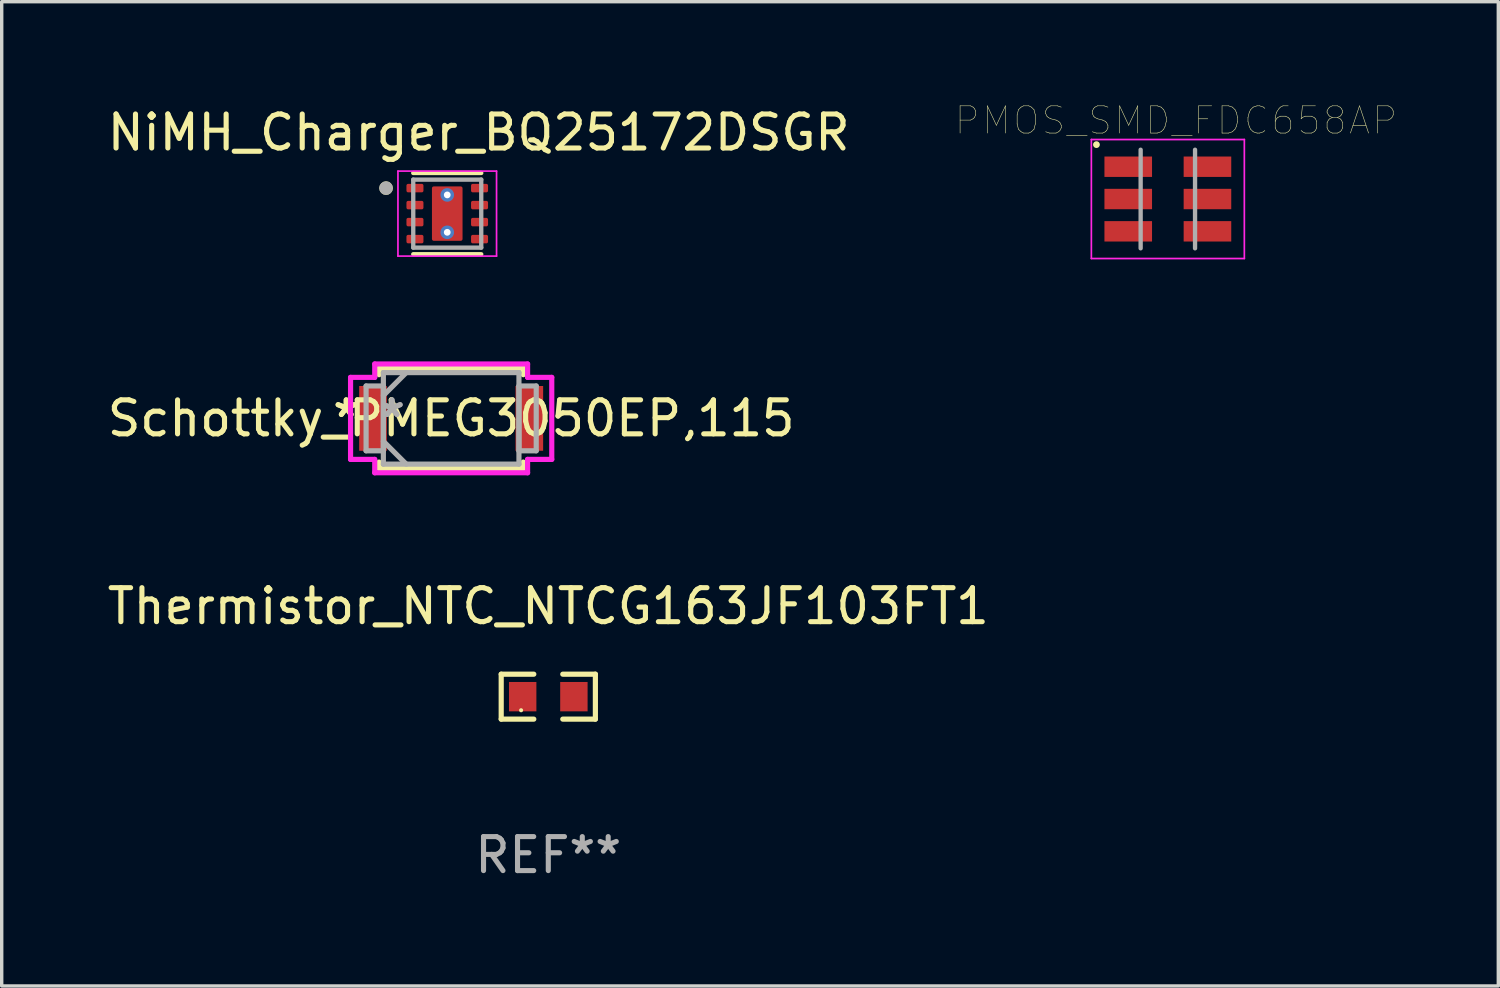
<source format=kicad_pcb>
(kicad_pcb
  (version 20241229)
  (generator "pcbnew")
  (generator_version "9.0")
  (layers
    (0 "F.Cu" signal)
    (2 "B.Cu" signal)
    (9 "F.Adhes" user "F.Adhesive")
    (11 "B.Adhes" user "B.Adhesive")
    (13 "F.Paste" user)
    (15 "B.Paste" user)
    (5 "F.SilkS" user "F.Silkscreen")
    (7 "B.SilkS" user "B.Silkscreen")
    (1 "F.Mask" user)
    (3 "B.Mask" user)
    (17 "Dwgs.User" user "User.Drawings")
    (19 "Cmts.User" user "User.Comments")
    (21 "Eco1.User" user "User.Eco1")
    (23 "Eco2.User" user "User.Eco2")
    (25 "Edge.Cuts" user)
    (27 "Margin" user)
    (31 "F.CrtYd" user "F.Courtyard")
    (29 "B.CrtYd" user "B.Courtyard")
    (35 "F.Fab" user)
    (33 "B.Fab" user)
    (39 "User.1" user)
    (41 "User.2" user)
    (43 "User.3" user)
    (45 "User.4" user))
  (footprint "Thermistor_NTC_NTCG163JF103FT1"
    (layer "F.Cu")
    (at 13.077 17.441)
    (property "Reference" "Thermistor_NTC_NTCG163JF103FT1" (at 0 -2.661 0) (layer "F.SilkS") (effects (font (size 1 1) (thickness 0.15))))
    (attr smd)
    (fp_line (start -1.385 -0.661) (end -0.426 -0.661) (stroke (width 0.152) (type solid)) (layer "F.SilkS"))
    (fp_line (start -1.385 0.661) (end -1.385 -0.661) (stroke (width 0.152) (type solid)) (layer "F.SilkS"))
    (fp_line (start -0.426 0.661) (end -1.385 0.661) (stroke (width 0.152) (type solid)) (layer "F.SilkS"))
    (fp_line (start 0.426 0.661) (end 1.385 0.661) (stroke (width 0.152) (type solid)) (layer "F.SilkS"))
    (fp_line (start 1.385 -0.661) (end 0.426 -0.661) (stroke (width 0.152) (type solid)) (layer "F.SilkS"))
    (fp_line (start 1.385 0.661) (end 1.385 -0.661) (stroke (width 0.152) (type solid)) (layer "F.SilkS"))
    (fp_circle (center -0.8 0.4) (end -0.77 0.4) (stroke (width 0.06) (type solid)) (fill no) (layer "F.SilkS"))
    (fp_text user "REF**" (at 0 4.661 0) (layer "F.Fab") (effects (font (size 1 1) (thickness 0.15))))
    (pad "1" smd rect (at -0.753 0) (size 0.806 0.864) (layers "F.Cu" "F.Mask" "F.Paste"))
    (pad "2" smd rect (at 0.753 0) (size 0.806 0.864) (layers "F.Cu" "F.Mask" "F.Paste")))
  (footprint "NiMH_Charger_BQ25172DSGR"
    (layer "F.Cu")
    (at 10.105 3.233)
    (property "Reference" "NiMH_Charger_BQ25172DSGR" (at 0.925 -2.385 0) (layer "F.SilkS") (effects (font (size 1 1) (thickness 0.15))))
    (attr smd)
    (fp_line (start -1 -1.195) (end 1 -1.195) (stroke (width 0.127) (type solid)) (layer "F.SilkS"))
    (fp_line (start -1 1.195) (end 1 1.195) (stroke (width 0.127) (type solid)) (layer "F.SilkS"))
    (fp_circle (center -1.8 -0.75) (end -1.7 -0.75) (stroke (width 0.2) (type solid)) (fill no) (layer "F.SilkS"))
    (fp_poly (pts (xy 0.45 -0.75) (xy 0.45 -0.15) (xy 0.45 -0.147) (xy 0.45 -0.145) (xy 0.449 -0.142) (xy 0.449 -0.14) (xy 0.448 -0.137) (xy 0.448 -0.135) (xy 0.447 -0.132) (xy 0.446 -0.13) (xy 0.445 -0.127) (xy 0.443 -0.125) (xy 0.442 -0.123) (xy 0.44 -0.121) (xy 0.439 -0.119) (xy 0.437 -0.117) (xy 0.435 -0.115) (xy 0.433 -0.113) (xy 0.431 -0.111) (xy 0.429 -0.11) (xy 0.427 -0.108) (xy 0.425 -0.107) (xy 0.423 -0.105) (xy 0.42 -0.104) (xy 0.418 -0.103) (xy 0.415 -0.102) (xy 0.413 -0.102) (xy 0.41 -0.101) (xy 0.408 -0.101) (xy 0.405 -0.1) (xy 0.403 -0.1) (xy 0.4 -0.1) (xy -0.4 -0.1) (xy -0.403 -0.1) (xy -0.405 -0.1) (xy -0.408 -0.101) (xy -0.41 -0.101) (xy -0.413 -0.102) (xy -0.415 -0.102) (xy -0.418 -0.103) (xy -0.42 -0.104) (xy -0.423 -0.105) (xy -0.425 -0.107) (xy -0.427 -0.108) (xy -0.429 -0.11) (xy -0.431 -0.111) (xy -0.433 -0.113) (xy -0.435 -0.115) (xy -0.437 -0.117) (xy -0.439 -0.119) (xy -0.44 -0.121) (xy -0.442 -0.123) (xy -0.443 -0.125) (xy -0.445 -0.127) (xy -0.446 -0.13) (xy -0.447 -0.132) (xy -0.448 -0.135) (xy -0.448 -0.137) (xy -0.449 -0.14) (xy -0.449 -0.142) (xy -0.45 -0.145) (xy -0.45 -0.147) (xy -0.45 -0.15) (xy -0.45 -0.75) (xy -0.45 -0.753) (xy -0.45 -0.755) (xy -0.449 -0.758) (xy -0.449 -0.76) (xy -0.448 -0.763) (xy -0.448 -0.765) (xy -0.447 -0.768) (xy -0.446 -0.77) (xy -0.445 -0.773) (xy -0.443 -0.775) (xy -0.442 -0.777) (xy -0.44 -0.779) (xy -0.439 -0.781) (xy -0.437 -0.783) (xy -0.435 -0.785) (xy -0.433 -0.787) (xy -0.431 -0.789) (xy -0.429 -0.79) (xy -0.427 -0.792) (xy -0.425 -0.793) (xy -0.423 -0.795) (xy -0.42 -0.796) (xy -0.418 -0.797) (xy -0.415 -0.798) (xy -0.413 -0.798) (xy -0.41 -0.799) (xy -0.408 -0.799) (xy -0.405 -0.8) (xy -0.403 -0.8) (xy -0.4 -0.8) (xy 0.4 -0.8) (xy 0.403 -0.8) (xy 0.405 -0.8) (xy 0.408 -0.799) (xy 0.41 -0.799) (xy 0.413 -0.798) (xy 0.415 -0.798) (xy 0.418 -0.797) (xy 0.42 -0.796) (xy 0.423 -0.795) (xy 0.425 -0.793) (xy 0.427 -0.792) (xy 0.429 -0.79) (xy 0.431 -0.789) (xy 0.433 -0.787) (xy 0.435 -0.785) (xy 0.437 -0.783) (xy 0.439 -0.781) (xy 0.44 -0.779) (xy 0.442 -0.777) (xy 0.443 -0.775) (xy 0.445 -0.773) (xy 0.446 -0.77) (xy 0.447 -0.768) (xy 0.448 -0.765) (xy 0.448 -0.763) (xy 0.449 -0.76) (xy 0.449 -0.758) (xy 0.45 -0.755) (xy 0.45 -0.753) (xy 0.45 -0.75)) (stroke (width 0.01) (type solid)) (fill yes) (layer "F.Paste"))
    (fp_poly (pts (xy 0.45 0.15) (xy 0.45 0.75) (xy 0.45 0.753) (xy 0.45 0.755) (xy 0.449 0.758) (xy 0.449 0.76) (xy 0.448 0.763) (xy 0.448 0.765) (xy 0.447 0.768) (xy 0.446 0.77) (xy 0.445 0.773) (xy 0.443 0.775) (xy 0.442 0.777) (xy 0.44 0.779) (xy 0.439 0.781) (xy 0.437 0.783) (xy 0.435 0.785) (xy 0.433 0.787) (xy 0.431 0.789) (xy 0.429 0.79) (xy 0.427 0.792) (xy 0.425 0.793) (xy 0.423 0.795) (xy 0.42 0.796) (xy 0.418 0.797) (xy 0.415 0.798) (xy 0.413 0.798) (xy 0.41 0.799) (xy 0.408 0.799) (xy 0.405 0.8) (xy 0.403 0.8) (xy 0.4 0.8) (xy -0.4 0.8) (xy -0.403 0.8) (xy -0.405 0.8) (xy -0.408 0.799) (xy -0.41 0.799) (xy -0.413 0.798) (xy -0.415 0.798) (xy -0.418 0.797) (xy -0.42 0.796) (xy -0.423 0.795) (xy -0.425 0.793) (xy -0.427 0.792) (xy -0.429 0.79) (xy -0.431 0.789) (xy -0.433 0.787) (xy -0.435 0.785) (xy -0.437 0.783) (xy -0.439 0.781) (xy -0.44 0.779) (xy -0.442 0.777) (xy -0.443 0.775) (xy -0.445 0.773) (xy -0.446 0.77) (xy -0.447 0.768) (xy -0.448 0.765) (xy -0.448 0.763) (xy -0.449 0.76) (xy -0.449 0.758) (xy -0.45 0.755) (xy -0.45 0.753) (xy -0.45 0.75) (xy -0.45 0.15) (xy -0.45 0.147) (xy -0.45 0.145) (xy -0.449 0.142) (xy -0.449 0.14) (xy -0.448 0.137) (xy -0.448 0.135) (xy -0.447 0.132) (xy -0.446 0.13) (xy -0.445 0.127) (xy -0.443 0.125) (xy -0.442 0.123) (xy -0.44 0.121) (xy -0.439 0.119) (xy -0.437 0.117) (xy -0.435 0.115) (xy -0.433 0.113) (xy -0.431 0.111) (xy -0.429 0.11) (xy -0.427 0.108) (xy -0.425 0.107) (xy -0.423 0.105) (xy -0.42 0.104) (xy -0.418 0.103) (xy -0.415 0.102) (xy -0.413 0.102) (xy -0.41 0.101) (xy -0.408 0.101) (xy -0.405 0.1) (xy -0.403 0.1) (xy -0.4 0.1) (xy 0.4 0.1) (xy 0.403 0.1) (xy 0.405 0.1) (xy 0.408 0.101) (xy 0.41 0.101) (xy 0.413 0.102) (xy 0.415 0.102) (xy 0.418 0.103) (xy 0.42 0.104) (xy 0.423 0.105) (xy 0.425 0.107) (xy 0.427 0.108) (xy 0.429 0.11) (xy 0.431 0.111) (xy 0.433 0.113) (xy 0.435 0.115) (xy 0.437 0.117) (xy 0.439 0.119) (xy 0.44 0.121) (xy 0.442 0.123) (xy 0.443 0.125) (xy 0.445 0.127) (xy 0.446 0.13) (xy 0.447 0.132) (xy 0.448 0.135) (xy 0.448 0.137) (xy 0.449 0.14) (xy 0.449 0.142) (xy 0.45 0.145) (xy 0.45 0.147) (xy 0.45 0.15)) (stroke (width 0.01) (type solid)) (fill yes) (layer "F.Paste"))
    (fp_line (start -1.45 -1.25) (end -1.45 1.25) (stroke (width 0.05) (type solid)) (layer "F.CrtYd"))
    (fp_line (start -1.45 -1.25) (end 1.45 -1.25) (stroke (width 0.05) (type solid)) (layer "F.CrtYd"))
    (fp_line (start -1.45 1.25) (end 1.45 1.25) (stroke (width 0.05) (type solid)) (layer "F.CrtYd"))
    (fp_line (start 1.45 -1.25) (end 1.45 1.25) (stroke (width 0.05) (type solid)) (layer "F.CrtYd"))
    (fp_line (start -1 -1) (end -1 1) (stroke (width 0.127) (type solid)) (layer "F.Fab"))
    (fp_line (start -1 -1) (end 1 -1) (stroke (width 0.127) (type solid)) (layer "F.Fab"))
    (fp_line (start -1 1) (end 1 1) (stroke (width 0.127) (type solid)) (layer "F.Fab"))
    (fp_line (start 1 -1) (end 1 1) (stroke (width 0.127) (type solid)) (layer "F.Fab"))
    (fp_circle (center -1.8 -0.75) (end -1.7 -0.75) (stroke (width 0.2) (type solid)) (fill no) (layer "F.Fab"))
    (pad "1" smd roundrect (at -0.95 -0.75) (size 0.5 0.25) (layers "F.Cu" "F.Mask" "F.Paste") (roundrect_rratio 0.2))
    (pad "2" smd roundrect (at -0.95 -0.25) (size 0.5 0.25) (layers "F.Cu" "F.Mask" "F.Paste") (roundrect_rratio 0.2))
    (pad "3" smd roundrect (at -0.95 0.25) (size 0.5 0.25) (layers "F.Cu" "F.Mask" "F.Paste") (roundrect_rratio 0.2))
    (pad "4" smd roundrect (at -0.95 0.75) (size 0.5 0.25) (layers "F.Cu" "F.Mask" "F.Paste") (roundrect_rratio 0.2))
    (pad "5" smd roundrect (at 0.95 0.75) (size 0.5 0.25) (layers "F.Cu" "F.Mask" "F.Paste") (roundrect_rratio 0.2))
    (pad "6" smd roundrect (at 0.95 0.25) (size 0.5 0.25) (layers "F.Cu" "F.Mask" "F.Paste") (roundrect_rratio 0.2))
    (pad "7" smd roundrect (at 0.95 -0.25) (size 0.5 0.25) (layers "F.Cu" "F.Mask" "F.Paste") (roundrect_rratio 0.2))
    (pad "8" smd roundrect (at 0.95 -0.75) (size 0.5 0.25) (layers "F.Cu" "F.Mask" "F.Paste") (roundrect_rratio 0.2))
    (pad "9" smd roundrect (at 0 0) (size 0.9 1.6) (layers "F.Cu" "F.Mask") (roundrect_rratio 0.06))
    (pad "10" thru_hole circle (at 0 -0.55) (size 0.4 0.4) (drill 0.2) (layers "*.Cu"))
    (pad "11" thru_hole circle (at 0 0.55) (size 0.4 0.4) (drill 0.2) (layers "*.Cu")))
  (footprint "PMOS_SMD_FDC658AP"
    (layer "F.Cu")
    (at 31.3 2.804)
    (property "Reference" "PMOS_SMD_FDC658AP" (at 0.24 -2.31 0) (layer "F.SilkS") (effects (font (size 0.801 0.801) (thickness 0.015))))
    (attr through_hole)
    (fp_circle (center -2.1 -1.6) (end -2.05 -1.6) (stroke (width 0.1) (type solid)) (fill no) (layer "F.SilkS"))
    (fp_line (start -2.25 -1.75) (end 2.25 -1.75) (stroke (width 0.05) (type solid)) (layer "F.CrtYd"))
    (fp_line (start -2.25 1.75) (end -2.25 -1.75) (stroke (width 0.05) (type solid)) (layer "F.CrtYd"))
    (fp_line (start 2.25 -1.75) (end 2.25 1.75) (stroke (width 0.05) (type solid)) (layer "F.CrtYd"))
    (fp_line (start 2.25 1.75) (end -2.25 1.75) (stroke (width 0.05) (type solid)) (layer "F.CrtYd"))
    (fp_line (start -0.8 1.45) (end -0.8 -1.45) (stroke (width 0.127) (type solid)) (layer "F.Fab"))
    (fp_line (start 0.8 -1.45) (end 0.8 1.45) (stroke (width 0.127) (type solid)) (layer "F.Fab"))
    (pad "1" smd rect (at -1.165 -0.95) (size 1.4 0.6) (layers "F.Cu" "F.Mask" "F.Paste"))
    (pad "2" smd rect (at -1.165 0) (size 1.4 0.6) (layers "F.Cu" "F.Mask" "F.Paste"))
    (pad "3" smd rect (at -1.165 0.95) (size 1.4 0.6) (layers "F.Cu" "F.Mask" "F.Paste"))
    (pad "4" smd rect (at 1.165 0.95) (size 1.4 0.6) (layers "F.Cu" "F.Mask" "F.Paste"))
    (pad "5" smd rect (at 1.165 0) (size 1.4 0.6) (layers "F.Cu" "F.Mask" "F.Paste"))
    (pad "6" smd rect (at 1.165 -0.95) (size 1.4 0.6) (layers "F.Cu" "F.Mask" "F.Paste")))
  (footprint "Schottky_PMEG3050EP,115"
    (layer "F.Cu")
    (at 10.22 9.256)
    (property "Reference" "Schottky_PMEG3050EP,115" (at 0 0 0) (layer "F.SilkS") (effects (font (size 1 1) (thickness 0.15))))
    (attr through_hole)
    (fp_line (start -2.121 -1.473) (end -2.121 -1.285) (stroke (width 0.152) (type solid)) (layer "F.SilkS"))
    (fp_line (start -2.121 1.285) (end -2.121 1.473) (stroke (width 0.152) (type solid)) (layer "F.SilkS"))
    (fp_line (start -2.121 1.473) (end 2.121 1.473) (stroke (width 0.152) (type solid)) (layer "F.SilkS"))
    (fp_line (start 2.121 -1.473) (end -2.121 -1.473) (stroke (width 0.152) (type solid)) (layer "F.SilkS"))
    (fp_line (start 2.121 -1.285) (end 2.121 -1.473) (stroke (width 0.152) (type solid)) (layer "F.SilkS"))
    (fp_line (start 2.121 1.473) (end 2.121 1.285) (stroke (width 0.152) (type solid)) (layer "F.SilkS"))
    (fp_line (start -2.959 -1.206) (end -2.248 -1.206) (stroke (width 0.152) (type solid)) (layer "F.CrtYd"))
    (fp_line (start -2.959 1.206) (end -2.959 -1.206) (stroke (width 0.152) (type solid)) (layer "F.CrtYd"))
    (fp_line (start -2.248 -1.6) (end 2.248 -1.6) (stroke (width 0.152) (type solid)) (layer "F.CrtYd"))
    (fp_line (start -2.248 -1.206) (end -2.248 -1.6) (stroke (width 0.152) (type solid)) (layer "F.CrtYd"))
    (fp_line (start -2.248 1.206) (end -2.959 1.206) (stroke (width 0.152) (type solid)) (layer "F.CrtYd"))
    (fp_line (start -2.248 1.6) (end -2.248 1.206) (stroke (width 0.152) (type solid)) (layer "F.CrtYd"))
    (fp_line (start 2.248 -1.6) (end 2.248 -1.206) (stroke (width 0.152) (type solid)) (layer "F.CrtYd"))
    (fp_line (start 2.248 -1.206) (end 2.959 -1.206) (stroke (width 0.152) (type solid)) (layer "F.CrtYd"))
    (fp_line (start 2.248 1.206) (end 2.248 1.6) (stroke (width 0.152) (type solid)) (layer "F.CrtYd"))
    (fp_line (start 2.248 1.6) (end -2.248 1.6) (stroke (width 0.152) (type solid)) (layer "F.CrtYd"))
    (fp_line (start 2.959 -1.206) (end 2.959 1.206) (stroke (width 0.152) (type solid)) (layer "F.CrtYd"))
    (fp_line (start 2.959 1.206) (end 2.248 1.206) (stroke (width 0.152) (type solid)) (layer "F.CrtYd"))
    (fp_line (start -2.502 -0.953) (end -2.502 0.953) (stroke (width 0.152) (type solid)) (layer "F.Fab"))
    (fp_line (start -2.502 0.953) (end -1.994 0.953) (stroke (width 0.152) (type solid)) (layer "F.Fab"))
    (fp_line (start -1.994 -1.346) (end -1.994 1.346) (stroke (width 0.152) (type solid)) (layer "F.Fab"))
    (fp_line (start -1.994 -0.953) (end -2.502 -0.953) (stroke (width 0.152) (type solid)) (layer "F.Fab"))
    (fp_line (start -1.994 -0.673) (end -1.321 -1.346) (stroke (width 0.152) (type solid)) (layer "F.Fab"))
    (fp_line (start -1.994 0.673) (end -1.321 1.346) (stroke (width 0.152) (type solid)) (layer "F.Fab"))
    (fp_line (start -1.994 0.953) (end -1.994 -0.953) (stroke (width 0.152) (type solid)) (layer "F.Fab"))
    (fp_line (start -1.994 1.346) (end 1.994 1.346) (stroke (width 0.152) (type solid)) (layer "F.Fab"))
    (fp_line (start 1.994 -1.346) (end -1.994 -1.346) (stroke (width 0.152) (type solid)) (layer "F.Fab"))
    (fp_line (start 1.994 -0.953) (end 1.994 0.953) (stroke (width 0.152) (type solid)) (layer "F.Fab"))
    (fp_line (start 1.994 0.953) (end 2.502 0.953) (stroke (width 0.152) (type solid)) (layer "F.Fab"))
    (fp_line (start 1.994 1.346) (end 1.994 -1.346) (stroke (width 0.152) (type solid)) (layer "F.Fab"))
    (fp_line (start 2.502 -0.953) (end 1.994 -0.953) (stroke (width 0.152) (type solid)) (layer "F.Fab"))
    (fp_line (start 2.502 0.953) (end 2.502 -0.953) (stroke (width 0.152) (type solid)) (layer "F.Fab"))
    (fp_text user "*" (at -3.086 0 0) (layer "F.SilkS") (effects (font (size 1 1) (thickness 0.15))))
    (fp_text user "*" (at -3.086 0 0) (layer "F.SilkS") (effects (font (size 1 1) (thickness 0.15))))
    (fp_text user "*" (at -1.74 0 0) (layer "F.Fab") (effects (font (size 1 1) (thickness 0.15))))
    (fp_text user "*" (at -1.74 0 0) (layer "F.Fab") (effects (font (size 1 1) (thickness 0.15))))
    (pad "1" smd rect (at -2.299 0) (size 0.813 1.905) (layers "F.Cu" "F.Mask" "F.Paste"))
    (pad "2" smd rect (at 2.299 0) (size 0.813 1.905) (layers "F.Cu" "F.Mask" "F.Paste")))
  (gr_rect
    (start -3 -3)
    (end 41.02 25.95)
    (stroke (width 0.1) (type default))
    (fill no)
    (layer "Edge.Cuts")))
</source>
